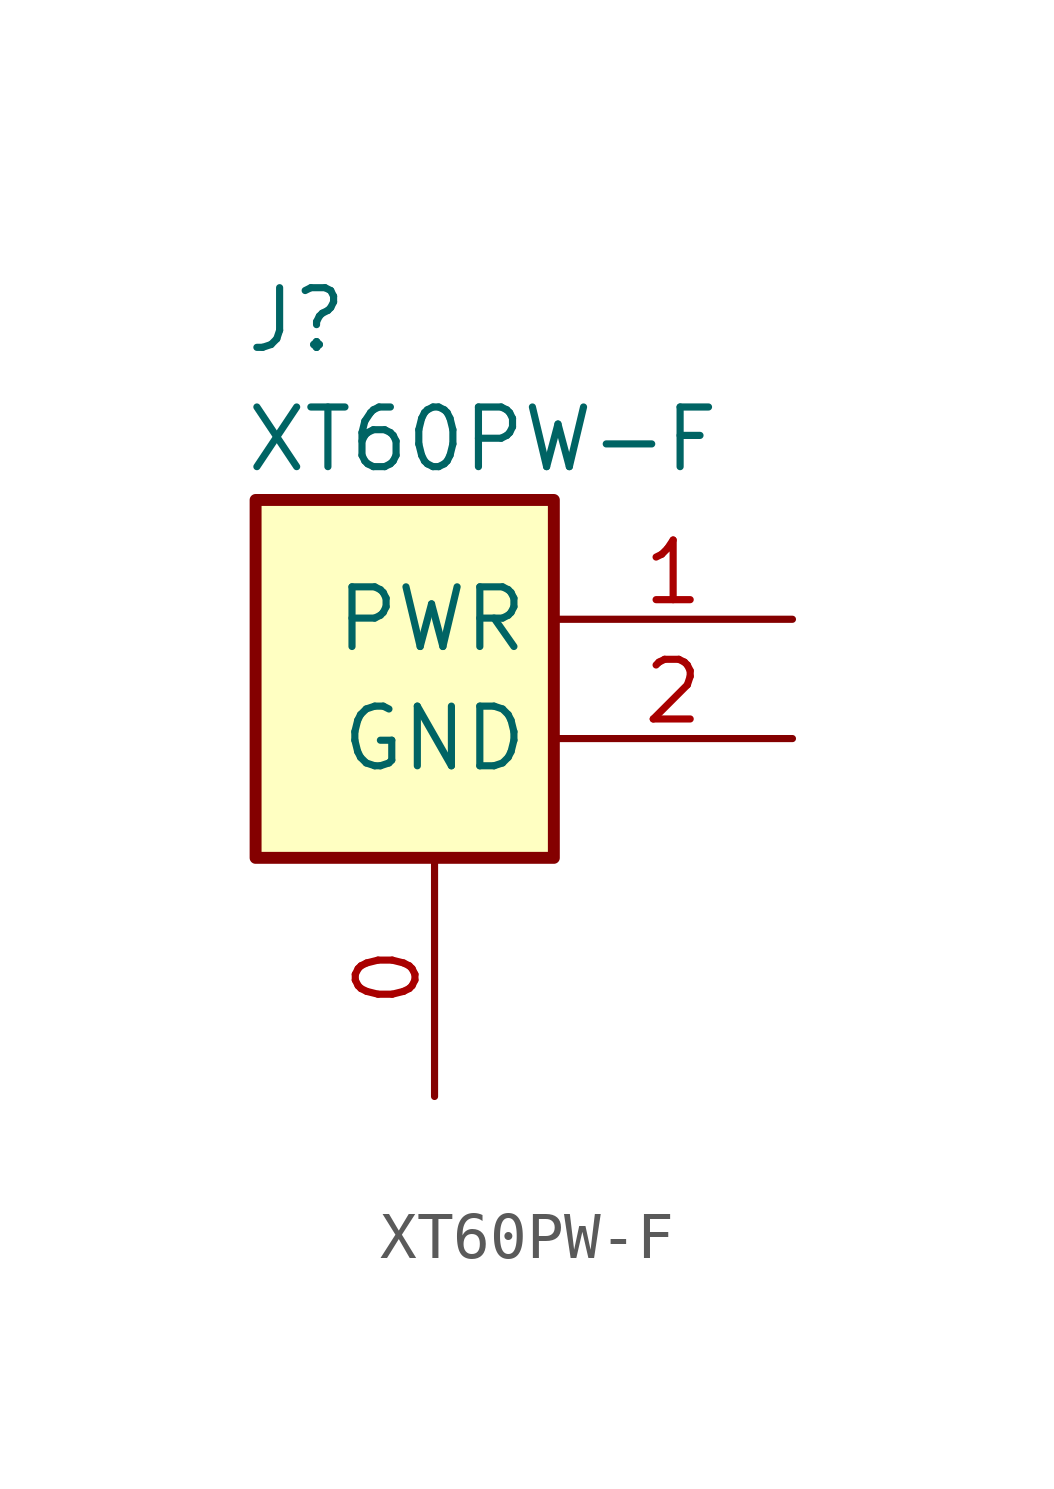
<source format=kicad_sym>
(kicad_symbol_lib
  (version 20231120)
  (generator "kicad_symbol_editor")
  (generator_version "8.0")
  (symbol "XT60PW-F"
    (property "Reference" "J"
      (at 11.176 7.112 0)
      (effects (font (size 1.27 1.27)) (justify left top)))
    (property "Value" "XT60PW-F"
      (at 11.176 4.572 0)
      (effects (font (size 1.27 1.27)) (justify left top)))
    (symbol "XT60PW-F_1_1"
      (rectangle (start 11.43 2.54) (end 17.78 -5.08) (stroke (width 0.254) (type default)) (fill (type background)))
      (pin passive line (at 15.24 -10.16 90) (length 5.08) (name "" (effects (font (size 1.27 1.27)))) (number "0" (effects (font (size 1.27 1.27)))))
      (pin passive line (at 22.86 0 180) (length 5.08) (name "PWR" (effects (font (size 1.27 1.27)))) (number "1" (effects (font (size 1.27 1.27)))))
      (pin passive line (at 22.86 -2.54 180) (length 5.08) (name "GND" (effects (font (size 1.27 1.27)))) (number "2" (effects (font (size 1.27 1.27))))))))
</source>
